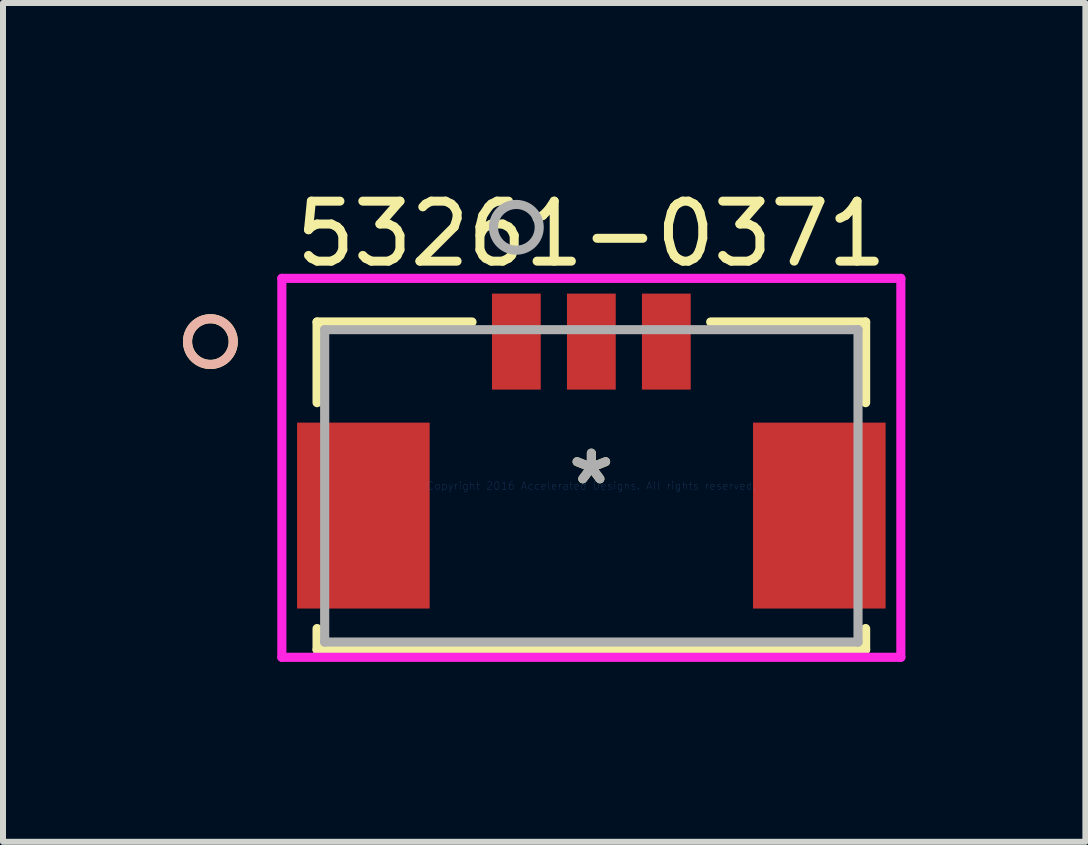
<source format=kicad_pcb>
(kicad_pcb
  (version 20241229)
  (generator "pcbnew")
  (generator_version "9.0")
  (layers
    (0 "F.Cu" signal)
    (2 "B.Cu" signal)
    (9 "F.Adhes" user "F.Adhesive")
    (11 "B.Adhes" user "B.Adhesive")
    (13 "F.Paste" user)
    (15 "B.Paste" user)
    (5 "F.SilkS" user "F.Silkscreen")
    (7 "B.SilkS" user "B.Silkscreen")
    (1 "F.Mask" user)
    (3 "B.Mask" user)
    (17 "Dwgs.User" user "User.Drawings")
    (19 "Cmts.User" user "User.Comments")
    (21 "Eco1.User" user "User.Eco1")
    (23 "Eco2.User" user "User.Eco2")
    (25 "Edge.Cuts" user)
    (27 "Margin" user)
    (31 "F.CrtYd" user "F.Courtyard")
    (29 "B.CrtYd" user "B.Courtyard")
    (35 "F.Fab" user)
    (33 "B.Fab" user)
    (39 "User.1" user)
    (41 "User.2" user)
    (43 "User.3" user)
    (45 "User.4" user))
  (footprint "53261-0371"
    (layer "F.Cu")
    (at 6.807 5.048)
    (property "Reference" "53261-0371" (at 0 -4.2 0) (layer "F.SilkS") (effects (font (size 1 1) (thickness 0.15))))
    (attr through_hole)
    (fp_line (start -4.572 -2.731) (end -4.572 -1.386) (stroke (width 0.152) (type solid)) (layer "F.SilkS"))
    (fp_line (start -4.572 2.379) (end -4.572 2.731) (stroke (width 0.152) (type solid)) (layer "F.SilkS"))
    (fp_line (start -4.572 2.731) (end 4.572 2.731) (stroke (width 0.152) (type solid)) (layer "F.SilkS"))
    (fp_line (start -1.989 -2.731) (end -4.572 -2.731) (stroke (width 0.152) (type solid)) (layer "F.SilkS"))
    (fp_line (start 4.572 -2.731) (end 1.989 -2.731) (stroke (width 0.152) (type solid)) (layer "F.SilkS"))
    (fp_line (start 4.572 -1.386) (end 4.572 -2.731) (stroke (width 0.152) (type solid)) (layer "F.SilkS"))
    (fp_line (start 4.572 2.731) (end 4.572 2.379) (stroke (width 0.152) (type solid)) (layer "F.SilkS"))
    (fp_circle (center -6.35 -2.404) (end -5.969 -2.404) (stroke (width 0.152) (type solid)) (fill no) (layer "F.SilkS"))
    (fp_circle (center -6.35 -2.404) (end -5.969 -2.404) (stroke (width 0.152) (type solid)) (fill no) (layer "B.SilkS"))
    (fp_line (start -5.159 -3.458) (end -5.159 2.858) (stroke (width 0.152) (type solid)) (layer "F.CrtYd"))
    (fp_line (start -5.159 2.858) (end 5.159 2.858) (stroke (width 0.152) (type solid)) (layer "F.CrtYd"))
    (fp_line (start 5.159 -3.458) (end -5.159 -3.458) (stroke (width 0.152) (type solid)) (layer "F.CrtYd"))
    (fp_line (start 5.159 2.858) (end 5.159 -3.458) (stroke (width 0.152) (type solid)) (layer "F.CrtYd"))
    (fp_line (start -4.445 -2.603) (end -4.445 2.604) (stroke (width 0.152) (type solid)) (layer "F.Fab"))
    (fp_line (start -4.445 2.604) (end 4.445 2.604) (stroke (width 0.152) (type solid)) (layer "F.Fab"))
    (fp_line (start 4.445 -2.603) (end -4.445 -2.603) (stroke (width 0.152) (type solid)) (layer "F.Fab"))
    (fp_line (start 4.445 2.604) (end 4.445 -2.603) (stroke (width 0.152) (type solid)) (layer "F.Fab"))
    (fp_circle (center -1.25 -4.309) (end -0.869 -4.309) (stroke (width 0.152) (type solid)) (fill no) (layer "F.Fab"))
    (fp_text user "*" (at 0 0 0) (layer "F.SilkS") (effects (font (size 1 1) (thickness 0.15))))
    (fp_text user "Copyright 2016 Accelerated Designs. All rights reserved." (at 0 0 0) (layer "Cmts.User") (effects (font (size 0.127 0.127) (thickness 0.002))))
    (fp_text user "*" (at 0 0 0) (layer "F.Fab") (effects (font (size 1 1) (thickness 0.15))))
    (pad "1" smd rect (at -1.25 -2.404) (size 0.813 1.6) (layers "F.Cu" "F.Mask" "F.Paste"))
    (pad "2" smd rect (at 0 -2.404) (size 0.813 1.6) (layers "F.Cu" "F.Mask" "F.Paste"))
    (pad "3" smd rect (at 1.25 -2.404) (size 0.813 1.6) (layers "F.Cu" "F.Mask" "F.Paste"))
    (pad "4" smd rect (at -3.8 0.496) (size 2.21 3.099) (layers "F.Cu" "F.Mask" "F.Paste"))
    (pad "5" smd rect (at 3.8 0.496) (size 2.21 3.099) (layers "F.Cu" "F.Mask" "F.Paste")))
  (gr_rect
    (start -3 -3)
    (end 15.042 10.982)
    (stroke (width 0.1) (type default))
    (fill no)
    (layer "Edge.Cuts")))
</source>
